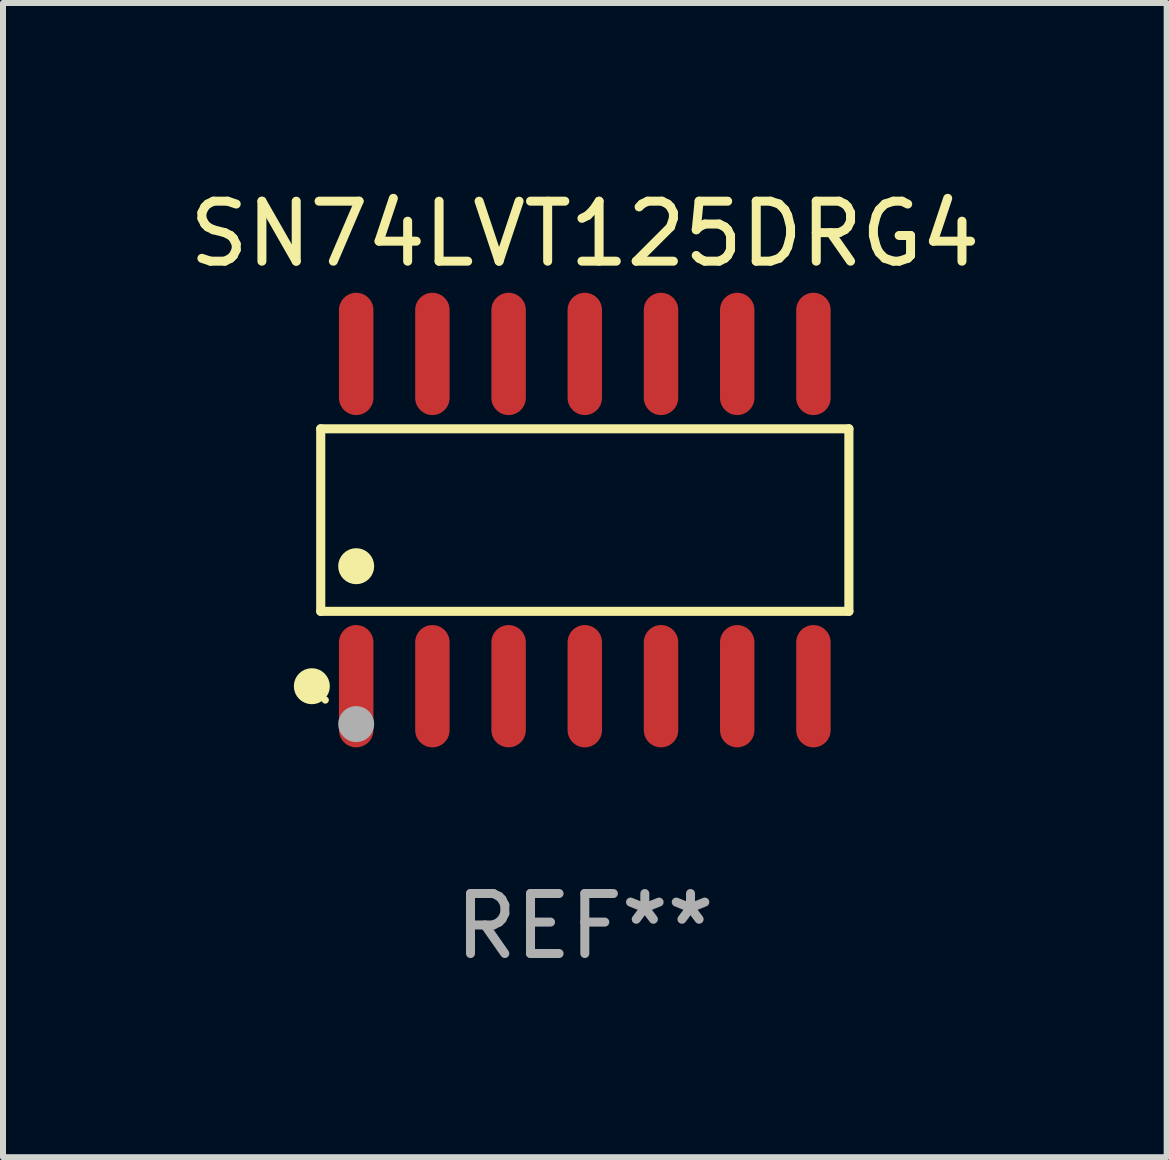
<source format=kicad_pcb>
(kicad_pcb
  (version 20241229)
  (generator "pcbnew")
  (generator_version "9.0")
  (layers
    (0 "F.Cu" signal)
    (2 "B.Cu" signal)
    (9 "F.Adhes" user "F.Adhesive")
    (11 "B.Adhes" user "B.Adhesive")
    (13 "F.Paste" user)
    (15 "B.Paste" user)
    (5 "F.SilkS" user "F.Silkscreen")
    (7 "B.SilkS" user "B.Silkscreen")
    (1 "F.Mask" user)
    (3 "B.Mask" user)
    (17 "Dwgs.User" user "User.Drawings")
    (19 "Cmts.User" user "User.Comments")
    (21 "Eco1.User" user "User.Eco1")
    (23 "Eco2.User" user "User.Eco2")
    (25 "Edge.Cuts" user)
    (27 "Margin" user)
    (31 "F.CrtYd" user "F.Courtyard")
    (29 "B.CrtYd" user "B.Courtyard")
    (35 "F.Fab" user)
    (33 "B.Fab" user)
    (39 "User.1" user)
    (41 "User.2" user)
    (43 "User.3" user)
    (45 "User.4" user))
  (footprint "SN74LVT125DRG4"
    (layer "F.Cu")
    (at 6.696 5.617)
    (property "Reference" "SN74LVT125DRG4" (at 0 -4.769 0) (layer "F.SilkS") (effects (font (size 1 1) (thickness 0.15))))
    (attr through_hole)
    (fp_line (start -4.401 -1.521) (end 4.401 -1.521) (stroke (width 0.152) (type solid)) (layer "F.SilkS"))
    (fp_line (start -4.401 1.521) (end -4.401 -1.521) (stroke (width 0.152) (type solid)) (layer "F.SilkS"))
    (fp_line (start 4.401 -1.521) (end 4.401 1.521) (stroke (width 0.152) (type solid)) (layer "F.SilkS"))
    (fp_line (start 4.401 1.521) (end -4.401 1.521) (stroke (width 0.152) (type solid)) (layer "F.SilkS"))
    (fp_circle (center -4.549 2.769) (end -4.399 2.769) (stroke (width 0.3) (type solid)) (fill no) (layer "F.SilkS"))
    (fp_circle (center -4.325 3) (end -4.295 3) (stroke (width 0.06) (type solid)) (fill no) (layer "F.SilkS"))
    (fp_circle (center -3.81 0.769) (end -3.66 0.769) (stroke (width 0.3) (type solid)) (fill no) (layer "F.SilkS"))
    (fp_circle (center -3.81 3.4) (end -3.66 3.4) (stroke (width 0.3) (type solid)) (fill no) (layer "F.Fab"))
    (fp_text user "REF**" (at 0 6.769 0) (layer "F.Fab") (effects (font (size 1 1) (thickness 0.15))))
    (pad "1" smd oval (at -3.81 2.769) (size 0.574 2.038) (layers "F.Cu" "F.Mask" "F.Paste"))
    (pad "2" smd oval (at -2.54 2.769) (size 0.574 2.038) (layers "F.Cu" "F.Mask" "F.Paste"))
    (pad "3" smd oval (at -1.27 2.769) (size 0.574 2.038) (layers "F.Cu" "F.Mask" "F.Paste"))
    (pad "4" smd oval (at 0 2.769) (size 0.574 2.038) (layers "F.Cu" "F.Mask" "F.Paste"))
    (pad "5" smd oval (at 1.27 2.769) (size 0.574 2.038) (layers "F.Cu" "F.Mask" "F.Paste"))
    (pad "6" smd oval (at 2.54 2.769) (size 0.574 2.038) (layers "F.Cu" "F.Mask" "F.Paste"))
    (pad "7" smd oval (at 3.81 2.769) (size 0.574 2.038) (layers "F.Cu" "F.Mask" "F.Paste"))
    (pad "8" smd oval (at 3.81 -2.769) (size 0.574 2.038) (layers "F.Cu" "F.Mask" "F.Paste"))
    (pad "9" smd oval (at 2.54 -2.769) (size 0.574 2.038) (layers "F.Cu" "F.Mask" "F.Paste"))
    (pad "10" smd oval (at 1.27 -2.769) (size 0.574 2.038) (layers "F.Cu" "F.Mask" "F.Paste"))
    (pad "11" smd oval (at 0 -2.769) (size 0.574 2.038) (layers "F.Cu" "F.Mask" "F.Paste"))
    (pad "12" smd oval (at -1.27 -2.769) (size 0.574 2.038) (layers "F.Cu" "F.Mask" "F.Paste"))
    (pad "13" smd oval (at -2.54 -2.769) (size 0.574 2.038) (layers "F.Cu" "F.Mask" "F.Paste"))
    (pad "14" smd oval (at -3.81 -2.769) (size 0.574 2.038) (layers "F.Cu" "F.Mask" "F.Paste")))
  (gr_rect
    (start -3 -3)
    (end 16.393 16.235)
    (stroke (width 0.1) (type default))
    (fill no)
    (layer "Edge.Cuts")))
</source>
